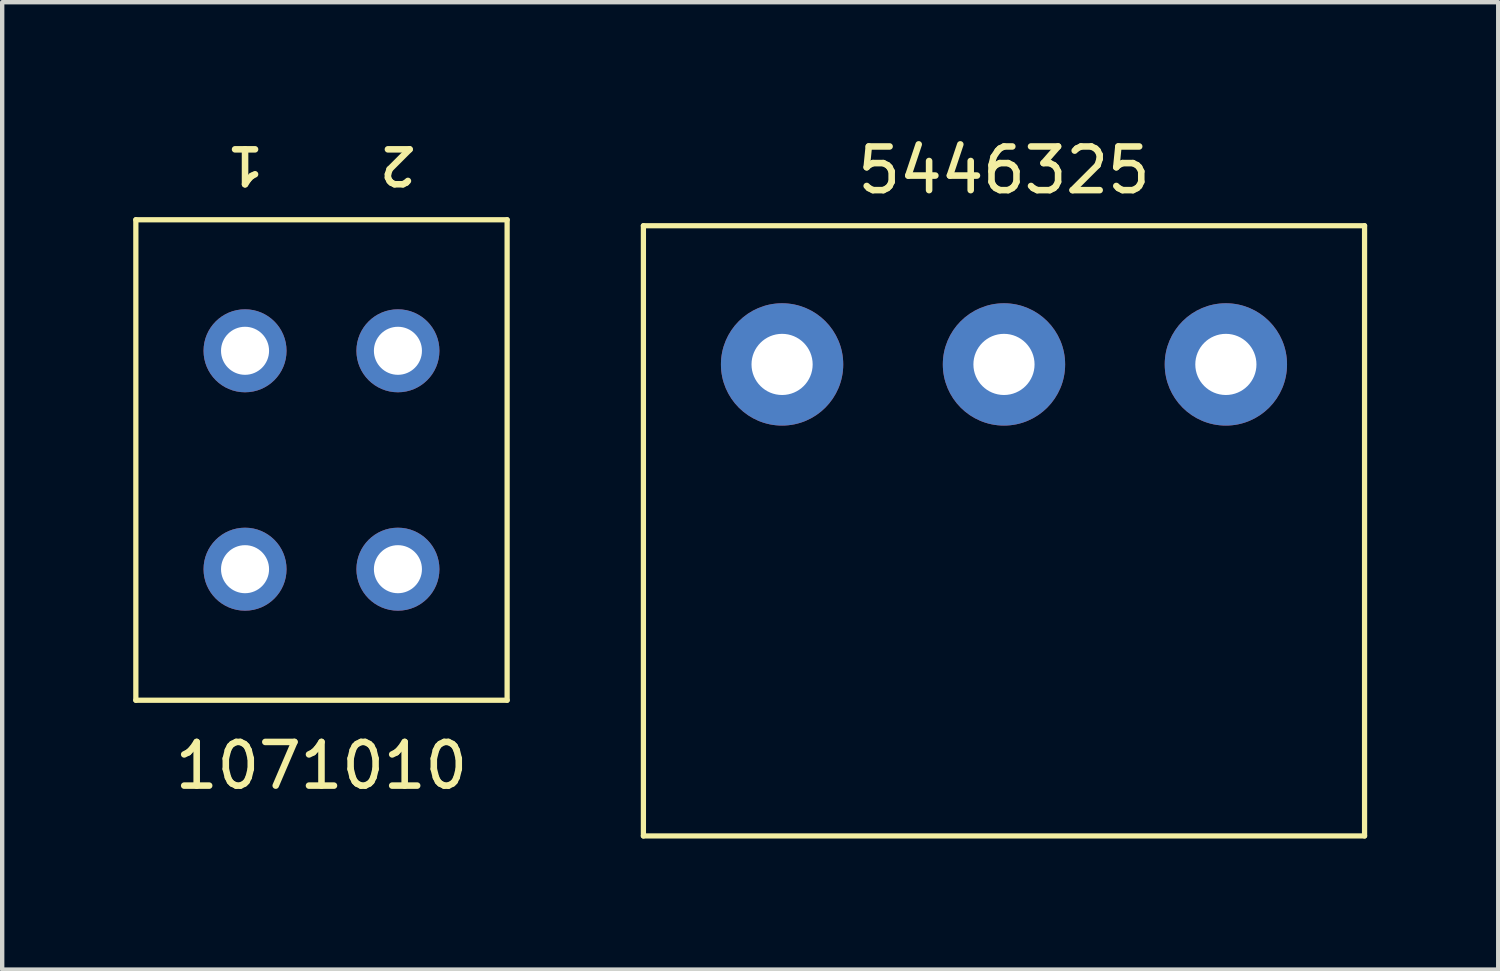
<source format=kicad_pcb>
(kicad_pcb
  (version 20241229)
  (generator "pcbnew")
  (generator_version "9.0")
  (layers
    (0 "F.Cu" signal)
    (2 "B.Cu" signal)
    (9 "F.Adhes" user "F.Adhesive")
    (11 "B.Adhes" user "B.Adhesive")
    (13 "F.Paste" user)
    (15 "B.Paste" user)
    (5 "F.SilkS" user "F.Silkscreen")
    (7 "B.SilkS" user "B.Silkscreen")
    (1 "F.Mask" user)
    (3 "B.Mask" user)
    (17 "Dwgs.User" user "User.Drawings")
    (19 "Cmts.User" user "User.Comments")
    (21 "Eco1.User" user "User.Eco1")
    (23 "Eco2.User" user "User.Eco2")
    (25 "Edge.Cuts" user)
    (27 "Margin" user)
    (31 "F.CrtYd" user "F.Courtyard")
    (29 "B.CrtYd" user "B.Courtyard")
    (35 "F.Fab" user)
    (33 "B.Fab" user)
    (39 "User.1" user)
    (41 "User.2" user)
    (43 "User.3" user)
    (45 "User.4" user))
  (footprint "5446325"
    (layer "F.Cu")
    (at 19.935 5.293)
    (property "Reference" "5446325" (at 0 -4.445 0) (layer "F.SilkS") (effects (font (size 1 1) (thickness 0.15))))
    (attr through_hole)
    (fp_line (start -8.255 -3.175) (end -8.255 10.795) (stroke (width 0.12) (type solid)) (layer "F.SilkS"))
    (fp_line (start -8.255 -3.175) (end 8.255 -3.175) (stroke (width 0.12) (type solid)) (layer "F.SilkS"))
    (fp_line (start -8.255 10.795) (end 8.255 10.795) (stroke (width 0.12) (type solid)) (layer "F.SilkS"))
    (fp_line (start 8.255 -3.175) (end 8.255 10.795) (stroke (width 0.12) (type solid)) (layer "F.SilkS"))
    (pad "1" thru_hole circle (at -5.08 0) (size 2.8 2.8) (drill 1.4) (layers "*.Cu" "*.Mask"))
    (pad "2" thru_hole circle (at 0 0) (size 2.8 2.8) (drill 1.4) (layers "*.Cu" "*.Mask"))
    (pad "3" thru_hole circle (at 5.08 0) (size 2.8 2.8) (drill 1.4) (layers "*.Cu" "*.Mask")))
  (footprint "1071010"
    (layer "F.Cu")
    (at 4.31 7.481)
    (property "Reference" "1071010" (at 0 7 0) (layer "F.SilkS") (effects (font (size 1 1) (thickness 0.15))))
    (attr through_hole)
    (fp_line (start -4.25 -5.5) (end -4.25 5.5) (stroke (width 0.12) (type solid)) (layer "F.SilkS"))
    (fp_line (start -4.25 -5.5) (end 4.25 -5.5) (stroke (width 0.12) (type solid)) (layer "F.SilkS"))
    (fp_line (start -4.25 5.5) (end 4.25 5.5) (stroke (width 0.12) (type solid)) (layer "F.SilkS"))
    (fp_line (start 4.25 -5.5) (end 4.25 5.5) (stroke (width 0.12) (type solid)) (layer "F.SilkS"))
    (fp_text user "2" (at 1.75 -6.75 180) (unlocked yes) (layer "F.SilkS") (effects (font (size 0.8 0.8) (thickness 0.15))))
    (fp_text user "1" (at -1.75 -6.75 180) (unlocked yes) (layer "F.SilkS") (effects (font (size 0.8 0.8) (thickness 0.15))))
    (pad "1" thru_hole circle (at -1.75 -2.5) (size 1.9 1.9) (drill 1.1) (layers "*.Cu" "*.Mask"))
    (pad "1" thru_hole circle (at -1.75 2.5) (size 1.9 1.9) (drill 1.1) (layers "*.Cu" "*.Mask"))
    (pad "2" thru_hole circle (at 1.75 -2.5) (size 1.9 1.9) (drill 1.1) (layers "*.Cu" "*.Mask"))
    (pad "2" thru_hole circle (at 1.75 2.5) (size 1.9 1.9) (drill 1.1) (layers "*.Cu" "*.Mask")))
  (gr_rect
    (start -3 -3)
    (end 31.25 19.148)
    (stroke (width 0.1) (type default))
    (fill no)
    (layer "Edge.Cuts")))
</source>
